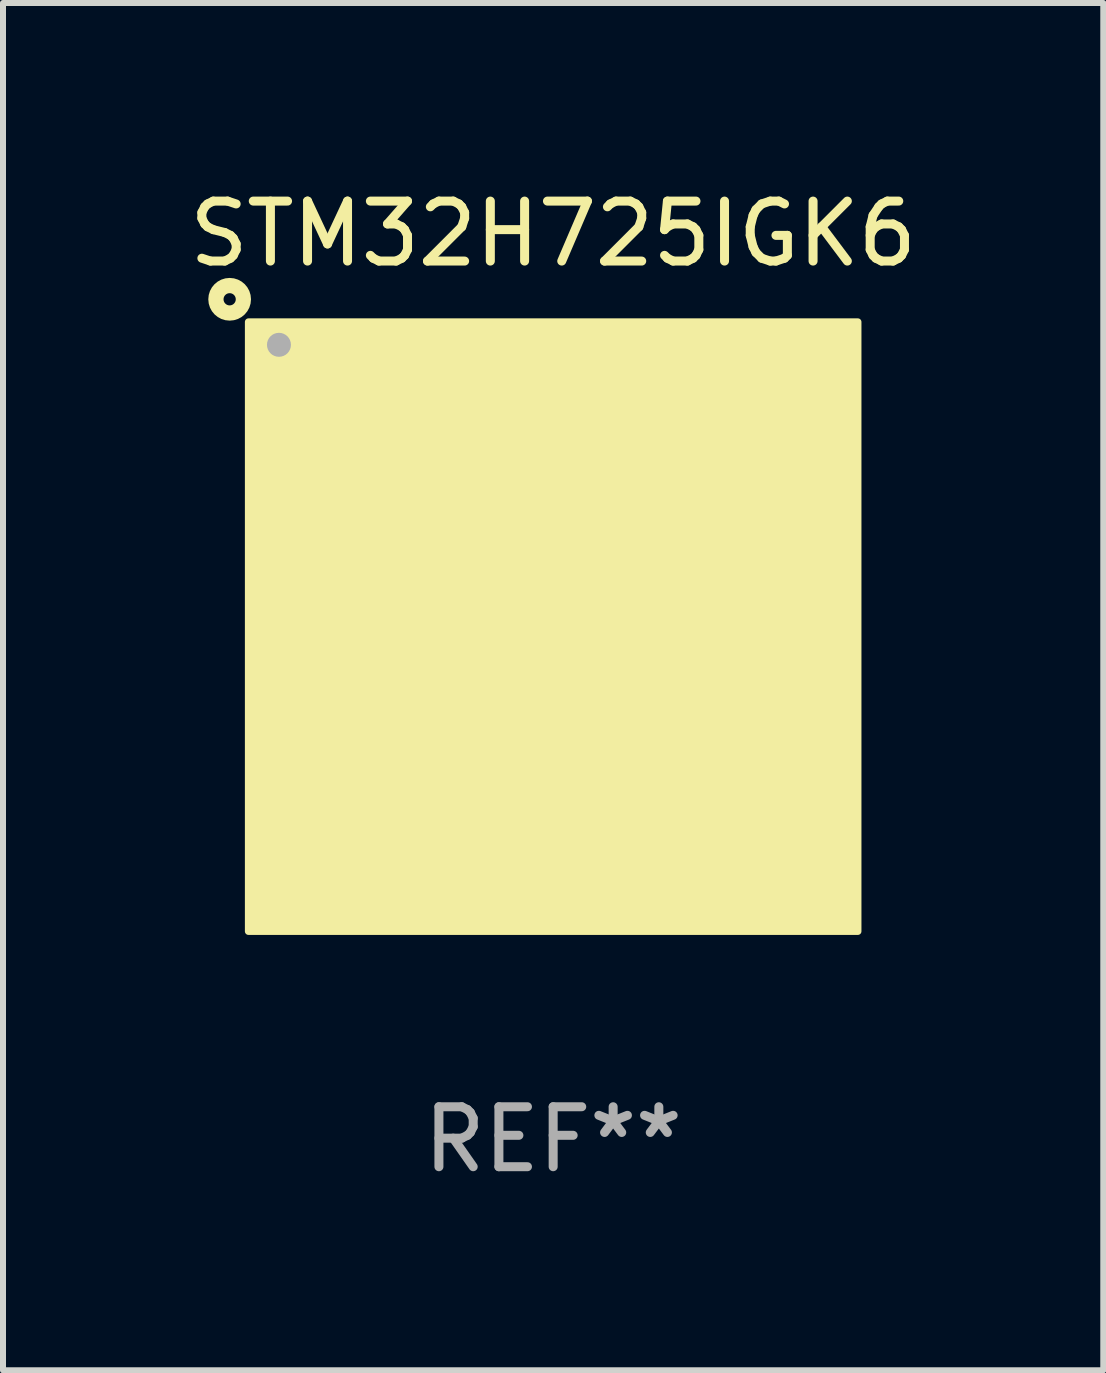
<source format=kicad_pcb>
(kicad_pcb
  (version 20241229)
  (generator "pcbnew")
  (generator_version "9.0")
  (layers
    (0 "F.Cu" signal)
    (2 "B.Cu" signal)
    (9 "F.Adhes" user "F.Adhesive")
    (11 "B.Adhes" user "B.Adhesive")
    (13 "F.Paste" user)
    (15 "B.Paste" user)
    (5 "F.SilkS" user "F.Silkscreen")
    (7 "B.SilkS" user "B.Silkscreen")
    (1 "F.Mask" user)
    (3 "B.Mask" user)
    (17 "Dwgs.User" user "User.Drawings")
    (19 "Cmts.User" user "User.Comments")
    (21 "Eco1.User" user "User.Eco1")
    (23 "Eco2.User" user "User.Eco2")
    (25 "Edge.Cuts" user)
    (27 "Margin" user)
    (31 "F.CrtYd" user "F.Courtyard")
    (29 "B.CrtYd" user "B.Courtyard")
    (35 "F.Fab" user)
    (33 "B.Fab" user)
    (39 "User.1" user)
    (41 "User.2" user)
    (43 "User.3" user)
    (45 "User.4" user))
  (footprint "STM32H725IGK6"
    (layer "F.Cu")
    (at 6.173 7.398)
    (property "Reference" "STM32H725IGK6" (at 0 -6.55 0) (layer "F.SilkS") (effects (font (size 1 1) (thickness 0.15))))
    (attr through_hole)
    (fp_circle (center -5.394 -5.458) (end -5.292 -5.458) (stroke (width 0.254) (type solid)) (fill no) (layer "F.SilkS"))
    (fp_circle (center -5 -5) (end -4.97 -5) (stroke (width 0.06) (type solid)) (fill no) (layer "F.SilkS"))
    (fp_poly (pts (xy -5.08 -5.08) (xy 5.08 -5.08) (xy 5.08 5.08) (xy -5.08 5.08)) (stroke (width 0.12) (type solid)) (fill yes) (layer "F.SilkS"))
    (fp_circle (center -4.572 -4.699) (end -4.472 -4.699) (stroke (width 0.2) (type solid)) (fill no) (layer "F.Fab"))
    (fp_text user "REF**" (at 0 8.55 0) (layer "F.Fab") (effects (font (size 1 1) (thickness 0.15))))
    (pad "A1" smd circle (at -4.55 -4.55) (size 0.3 0.3) (layers "F.Cu" "F.Mask" "F.Paste"))
    (pad "A2" smd circle (at -3.9 -4.55) (size 0.3 0.3) (layers "F.Cu" "F.Mask" "F.Paste"))
    (pad "A3" smd circle (at -3.25 -4.55) (size 0.3 0.3) (layers "F.Cu" "F.Mask" "F.Paste"))
    (pad "A4" smd circle (at -2.6 -4.55) (size 0.3 0.3) (layers "F.Cu" "F.Mask" "F.Paste"))
    (pad "A5" smd circle (at -1.95 -4.55) (size 0.3 0.3) (layers "F.Cu" "F.Mask" "F.Paste"))
    (pad "A6" smd circle (at -1.3 -4.55) (size 0.3 0.3) (layers "F.Cu" "F.Mask" "F.Paste"))
    (pad "A7" smd circle (at -0.65 -4.55) (size 0.3 0.3) (layers "F.Cu" "F.Mask" "F.Paste"))
    (pad "A8" smd circle (at -0.000127 -4.55) (size 0.3 0.3) (layers "F.Cu" "F.Mask" "F.Paste"))
    (pad "A9" smd circle (at 0.65 -4.55) (size 0.3 0.3) (layers "F.Cu" "F.Mask" "F.Paste"))
    (pad "A10" smd circle (at 1.3 -4.55) (size 0.3 0.3) (layers "F.Cu" "F.Mask" "F.Paste"))
    (pad "A11" smd circle (at 1.95 -4.55) (size 0.3 0.3) (layers "F.Cu" "F.Mask" "F.Paste"))
    (pad "A12" smd circle (at 2.6 -4.55) (size 0.3 0.3) (layers "F.Cu" "F.Mask" "F.Paste"))
    (pad "A13" smd circle (at 3.25 -4.55) (size 0.3 0.3) (layers "F.Cu" "F.Mask" "F.Paste"))
    (pad "A14" smd circle (at 3.9 -4.55) (size 0.3 0.3) (layers "F.Cu" "F.Mask" "F.Paste"))
    (pad "A15" smd circle (at 4.55 -4.55) (size 0.3 0.3) (layers "F.Cu" "F.Mask" "F.Paste"))
    (pad "B1" smd circle (at -4.55 -3.9) (size 0.3 0.3) (layers "F.Cu" "F.Mask" "F.Paste"))
    (pad "B2" smd circle (at -3.9 -3.9) (size 0.3 0.3) (layers "F.Cu" "F.Mask" "F.Paste"))
    (pad "B3" smd circle (at -3.25 -3.9) (size 0.3 0.3) (layers "F.Cu" "F.Mask" "F.Paste"))
    (pad "B4" smd circle (at -2.6 -3.9) (size 0.3 0.3) (layers "F.Cu" "F.Mask" "F.Paste"))
    (pad "B5" smd circle (at -1.95 -3.9) (size 0.3 0.3) (layers "F.Cu" "F.Mask" "F.Paste"))
    (pad "B6" smd circle (at -1.3 -3.9) (size 0.3 0.3) (layers "F.Cu" "F.Mask" "F.Paste"))
    (pad "B7" smd circle (at -0.65 -3.9) (size 0.3 0.3) (layers "F.Cu" "F.Mask" "F.Paste"))
    (pad "B8" smd circle (at 0.000127 -3.9) (size 0.3 0.3) (layers "F.Cu" "F.Mask" "F.Paste"))
    (pad "B9" smd circle (at 0.65 -3.9) (size 0.3 0.3) (layers "F.Cu" "F.Mask" "F.Paste"))
    (pad "B10" smd circle (at 1.3 -3.9) (size 0.3 0.3) (layers "F.Cu" "F.Mask" "F.Paste"))
    (pad "B11" smd circle (at 1.95 -3.9) (size 0.3 0.3) (layers "F.Cu" "F.Mask" "F.Paste"))
    (pad "B12" smd circle (at 2.6 -3.9) (size 0.3 0.3) (layers "F.Cu" "F.Mask" "F.Paste"))
    (pad "B13" smd circle (at 3.25 -3.9) (size 0.3 0.3) (layers "F.Cu" "F.Mask" "F.Paste"))
    (pad "B14" smd circle (at 3.9 -3.9) (size 0.3 0.3) (layers "F.Cu" "F.Mask" "F.Paste"))
    (pad "B15" smd circle (at 4.55 -3.9) (size 0.3 0.3) (layers "F.Cu" "F.Mask" "F.Paste"))
    (pad "C1" smd circle (at -4.55 -3.25) (size 0.3 0.3) (layers "F.Cu" "F.Mask" "F.Paste"))
    (pad "C2" smd circle (at -3.9 -3.25) (size 0.3 0.3) (layers "F.Cu" "F.Mask" "F.Paste"))
    (pad "C3" smd circle (at -3.25 -3.25) (size 0.3 0.3) (layers "F.Cu" "F.Mask" "F.Paste"))
    (pad "C4" smd circle (at -2.6 -3.25) (size 0.3 0.3) (layers "F.Cu" "F.Mask" "F.Paste"))
    (pad "C5" smd circle (at -1.95 -3.25) (size 0.3 0.3) (layers "F.Cu" "F.Mask" "F.Paste"))
    (pad "C6" smd circle (at -1.3 -3.25) (size 0.3 0.3) (layers "F.Cu" "F.Mask" "F.Paste"))
    (pad "C7" smd circle (at -0.65 -3.25) (size 0.3 0.3) (layers "F.Cu" "F.Mask" "F.Paste"))
    (pad "C8" smd circle (at 0.000127 -3.25) (size 0.3 0.3) (layers "F.Cu" "F.Mask" "F.Paste"))
    (pad "C9" smd circle (at 0.65 -3.25) (size 0.3 0.3) (layers "F.Cu" "F.Mask" "F.Paste"))
    (pad "C10" smd circle (at 1.3 -3.25) (size 0.3 0.3) (layers "F.Cu" "F.Mask" "F.Paste"))
    (pad "C11" smd circle (at 1.95 -3.25) (size 0.3 0.3) (layers "F.Cu" "F.Mask" "F.Paste"))
    (pad "C12" smd circle (at 2.6 -3.25) (size 0.3 0.3) (layers "F.Cu" "F.Mask" "F.Paste"))
    (pad "C13" smd circle (at 3.25 -3.25) (size 0.3 0.3) (layers "F.Cu" "F.Mask" "F.Paste"))
    (pad "C14" smd circle (at 3.9 -3.25) (size 0.3 0.3) (layers "F.Cu" "F.Mask" "F.Paste"))
    (pad "C15" smd circle (at 4.55 -3.25) (size 0.3 0.3) (layers "F.Cu" "F.Mask" "F.Paste"))
    (pad "D1" smd circle (at -4.55 -2.6) (size 0.3 0.3) (layers "F.Cu" "F.Mask" "F.Paste"))
    (pad "D2" smd circle (at -3.9 -2.6) (size 0.3 0.3) (layers "F.Cu" "F.Mask" "F.Paste"))
    (pad "D3" smd circle (at -3.25 -2.6) (size 0.3 0.3) (layers "F.Cu" "F.Mask" "F.Paste"))
    (pad "D4" smd circle (at -2.6 -2.6) (size 0.3 0.3) (layers "F.Cu" "F.Mask" "F.Paste"))
    (pad "D5" smd circle (at -1.95 -2.6) (size 0.3 0.3) (layers "F.Cu" "F.Mask" "F.Paste"))
    (pad "D6" smd circle (at -1.3 -2.6) (size 0.3 0.3) (layers "F.Cu" "F.Mask" "F.Paste"))
    (pad "D7" smd circle (at -0.65 -2.6) (size 0.3 0.3) (layers "F.Cu" "F.Mask" "F.Paste"))
    (pad "D8" smd circle (at -0.000127 -2.6) (size 0.3 0.3) (layers "F.Cu" "F.Mask" "F.Paste"))
    (pad "D9" smd circle (at 0.65 -2.6) (size 0.3 0.3) (layers "F.Cu" "F.Mask" "F.Paste"))
    (pad "D10" smd circle (at 1.3 -2.6) (size 0.3 0.3) (layers "F.Cu" "F.Mask" "F.Paste"))
    (pad "D11" smd circle (at 1.95 -2.6) (size 0.3 0.3) (layers "F.Cu" "F.Mask" "F.Paste"))
    (pad "D12" smd circle (at 2.6 -2.6) (size 0.3 0.3) (layers "F.Cu" "F.Mask" "F.Paste"))
    (pad "D13" smd circle (at 3.25 -2.6) (size 0.3 0.3) (layers "F.Cu" "F.Mask" "F.Paste"))
    (pad "D14" smd circle (at 3.9 -2.6) (size 0.3 0.3) (layers "F.Cu" "F.Mask" "F.Paste"))
    (pad "D15" smd circle (at 4.55 -2.6) (size 0.3 0.3) (layers "F.Cu" "F.Mask" "F.Paste"))
    (pad "E1" smd circle (at -4.55 -1.95) (size 0.3 0.3) (layers "F.Cu" "F.Mask" "F.Paste"))
    (pad "E2" smd circle (at -3.9 -1.95) (size 0.3 0.3) (layers "F.Cu" "F.Mask" "F.Paste"))
    (pad "E3" smd circle (at -3.25 -1.95) (size 0.3 0.3) (layers "F.Cu" "F.Mask" "F.Paste"))
    (pad "E4" smd circle (at -2.6 -1.95) (size 0.3 0.3) (layers "F.Cu" "F.Mask" "F.Paste"))
    (pad "E12" smd circle (at 2.6 -1.95) (size 0.3 0.3) (layers "F.Cu" "F.Mask" "F.Paste"))
    (pad "E13" smd circle (at 3.25 -1.95) (size 0.3 0.3) (layers "F.Cu" "F.Mask" "F.Paste"))
    (pad "E14" smd circle (at 3.9 -1.95) (size 0.3 0.3) (layers "F.Cu" "F.Mask" "F.Paste"))
    (pad "E15" smd circle (at 4.55 -1.95) (size 0.3 0.3) (layers "F.Cu" "F.Mask" "F.Paste"))
    (pad "F1" smd circle (at -4.55 -1.3) (size 0.3 0.3) (layers "F.Cu" "F.Mask" "F.Paste"))
    (pad "F2" smd circle (at -3.9 -1.3) (size 0.3 0.3) (layers "F.Cu" "F.Mask" "F.Paste"))
    (pad "F3" smd circle (at -3.25 -1.3) (size 0.3 0.3) (layers "F.Cu" "F.Mask" "F.Paste"))
    (pad "F4" smd circle (at -2.6 -1.3) (size 0.3 0.3) (layers "F.Cu" "F.Mask" "F.Paste"))
    (pad "F6" smd circle (at -1.3 -1.3) (size 0.3 0.3) (layers "F.Cu" "F.Mask" "F.Paste"))
    (pad "F7" smd circle (at -0.65 -1.3) (size 0.3 0.3) (layers "F.Cu" "F.Mask" "F.Paste"))
    (pad "F8" smd circle (at 0.000127 -1.3) (size 0.3 0.3) (layers "F.Cu" "F.Mask" "F.Paste"))
    (pad "F9" smd circle (at 0.65 -1.3) (size 0.3 0.3) (layers "F.Cu" "F.Mask" "F.Paste"))
    (pad "F10" smd circle (at 1.3 -1.3) (size 0.3 0.3) (layers "F.Cu" "F.Mask" "F.Paste"))
    (pad "F12" smd circle (at 2.6 -1.3) (size 0.3 0.3) (layers "F.Cu" "F.Mask" "F.Paste"))
    (pad "F13" smd circle (at 3.25 -1.3) (size 0.3 0.3) (layers "F.Cu" "F.Mask" "F.Paste"))
    (pad "F14" smd circle (at 3.9 -1.3) (size 0.3 0.3) (layers "F.Cu" "F.Mask" "F.Paste"))
    (pad "F15" smd circle (at 4.55 -1.3) (size 0.3 0.3) (layers "F.Cu" "F.Mask" "F.Paste"))
    (pad "G1" smd circle (at -4.55 -0.65) (size 0.3 0.3) (layers "F.Cu" "F.Mask" "F.Paste"))
    (pad "G2" smd circle (at -3.9 -0.65) (size 0.3 0.3) (layers "F.Cu" "F.Mask" "F.Paste"))
    (pad "G3" smd circle (at -3.25 -0.65) (size 0.3 0.3) (layers "F.Cu" "F.Mask" "F.Paste"))
    (pad "G4" smd circle (at -2.6 -0.65) (size 0.3 0.3) (layers "F.Cu" "F.Mask" "F.Paste"))
    (pad "G6" smd circle (at -1.3 -0.65) (size 0.3 0.3) (layers "F.Cu" "F.Mask" "F.Paste"))
    (pad "G7" smd circle (at -0.65 -0.65) (size 0.3 0.3) (layers "F.Cu" "F.Mask" "F.Paste"))
    (pad "G8" smd circle (at -0.000127 -0.65) (size 0.3 0.3) (layers "F.Cu" "F.Mask" "F.Paste"))
    (pad "G9" smd circle (at 0.65 -0.65) (size 0.3 0.3) (layers "F.Cu" "F.Mask" "F.Paste"))
    (pad "G10" smd circle (at 1.3 -0.65) (size 0.3 0.3) (layers "F.Cu" "F.Mask" "F.Paste"))
    (pad "G12" smd circle (at 2.6 -0.65) (size 0.3 0.3) (layers "F.Cu" "F.Mask" "F.Paste"))
    (pad "G13" smd circle (at 3.25 -0.65) (size 0.3 0.3) (layers "F.Cu" "F.Mask" "F.Paste"))
    (pad "G14" smd circle (at 3.9 -0.65) (size 0.3 0.3) (layers "F.Cu" "F.Mask" "F.Paste"))
    (pad "G15" smd circle (at 4.55 -0.65) (size 0.3 0.3) (layers "F.Cu" "F.Mask" "F.Paste"))
    (pad "H1" smd circle (at -4.55 -0.000127) (size 0.3 0.3) (layers "F.Cu" "F.Mask" "F.Paste"))
    (pad "H2" smd circle (at -3.9 -0.000127) (size 0.3 0.3) (layers "F.Cu" "F.Mask" "F.Paste"))
    (pad "H3" smd circle (at -3.25 -0.000127) (size 0.3 0.3) (layers "F.Cu" "F.Mask" "F.Paste"))
    (pad "H4" smd circle (at -2.6 -0.000127) (size 0.3 0.3) (layers "F.Cu" "F.Mask" "F.Paste"))
    (pad "H6" smd circle (at -1.3 -0.000127) (size 0.3 0.3) (layers "F.Cu" "F.Mask" "F.Paste"))
    (pad "H7" smd circle (at -0.65 -0.000127) (size 0.3 0.3) (layers "F.Cu" "F.Mask" "F.Paste"))
    (pad "H8" smd circle (at -0.000127 -0.000127) (size 0.3 0.3) (layers "F.Cu" "F.Mask" "F.Paste"))
    (pad "H9" smd circle (at 0.65 -0.000127) (size 0.3 0.3) (layers "F.Cu" "F.Mask" "F.Paste"))
    (pad "H10" smd circle (at 1.3 -0.000127) (size 0.3 0.3) (layers "F.Cu" "F.Mask" "F.Paste"))
    (pad "H12" smd circle (at 2.6 -0.000127) (size 0.3 0.3) (layers "F.Cu" "F.Mask" "F.Paste"))
    (pad "H13" smd circle (at 3.25 -0.000127) (size 0.3 0.3) (layers "F.Cu" "F.Mask" "F.Paste"))
    (pad "H14" smd circle (at 3.9 -0.000127) (size 0.3 0.3) (layers "F.Cu" "F.Mask" "F.Paste"))
    (pad "H15" smd circle (at 4.55 -0.000127) (size 0.3 0.3) (layers "F.Cu" "F.Mask" "F.Paste"))
    (pad "J1" smd circle (at -4.55 0.65) (size 0.3 0.3) (layers "F.Cu" "F.Mask" "F.Paste"))
    (pad "J2" smd circle (at -3.9 0.65) (size 0.3 0.3) (layers "F.Cu" "F.Mask" "F.Paste"))
    (pad "J3" smd circle (at -3.25 0.65) (size 0.3 0.3) (layers "F.Cu" "F.Mask" "F.Paste"))
    (pad "J4" smd circle (at -2.6 0.65) (size 0.3 0.3) (layers "F.Cu" "F.Mask" "F.Paste"))
    (pad "J6" smd circle (at -1.3 0.65) (size 0.3 0.3) (layers "F.Cu" "F.Mask" "F.Paste"))
    (pad "J7" smd circle (at -0.65 0.65) (size 0.3 0.3) (layers "F.Cu" "F.Mask" "F.Paste"))
    (pad "J8" smd circle (at -0.000127 0.65) (size 0.3 0.3) (layers "F.Cu" "F.Mask" "F.Paste"))
    (pad "J9" smd circle (at 0.65 0.65) (size 0.3 0.3) (layers "F.Cu" "F.Mask" "F.Paste"))
    (pad "J10" smd circle (at 1.3 0.65) (size 0.3 0.3) (layers "F.Cu" "F.Mask" "F.Paste"))
    (pad "J12" smd circle (at 2.6 0.65) (size 0.3 0.3) (layers "F.Cu" "F.Mask" "F.Paste"))
    (pad "J13" smd circle (at 3.25 0.65) (size 0.3 0.3) (layers "F.Cu" "F.Mask" "F.Paste"))
    (pad "J14" smd circle (at 3.9 0.65) (size 0.3 0.3) (layers "F.Cu" "F.Mask" "F.Paste"))
    (pad "J15" smd circle (at 4.55 0.65) (size 0.3 0.3) (layers "F.Cu" "F.Mask" "F.Paste"))
    (pad "K1" smd circle (at -4.55 1.3) (size 0.3 0.3) (layers "F.Cu" "F.Mask" "F.Paste"))
    (pad "K2" smd circle (at -3.9 1.3) (size 0.3 0.3) (layers "F.Cu" "F.Mask" "F.Paste"))
    (pad "K3" smd circle (at -3.25 1.3) (size 0.3 0.3) (layers "F.Cu" "F.Mask" "F.Paste"))
    (pad "K4" smd circle (at -2.6 1.3) (size 0.3 0.3) (layers "F.Cu" "F.Mask" "F.Paste"))
    (pad "K6" smd circle (at -1.3 1.3) (size 0.3 0.3) (layers "F.Cu" "F.Mask" "F.Paste"))
    (pad "K7" smd circle (at -0.65 1.3) (size 0.3 0.3) (layers "F.Cu" "F.Mask" "F.Paste"))
    (pad "K8" smd circle (at 0.000127 1.3) (size 0.3 0.3) (layers "F.Cu" "F.Mask" "F.Paste"))
    (pad "K9" smd circle (at 0.65 1.3) (size 0.3 0.3) (layers "F.Cu" "F.Mask" "F.Paste"))
    (pad "K10" smd circle (at 1.3 1.3) (size 0.3 0.3) (layers "F.Cu" "F.Mask" "F.Paste"))
    (pad "K12" smd circle (at 2.6 1.3) (size 0.3 0.3) (layers "F.Cu" "F.Mask" "F.Paste"))
    (pad "K13" smd circle (at 3.25 1.3) (size 0.3 0.3) (layers "F.Cu" "F.Mask" "F.Paste"))
    (pad "K14" smd circle (at 3.9 1.3) (size 0.3 0.3) (layers "F.Cu" "F.Mask" "F.Paste"))
    (pad "K15" smd circle (at 4.55 1.3) (size 0.3 0.3) (layers "F.Cu" "F.Mask" "F.Paste"))
    (pad "L1" smd circle (at -4.55 1.95) (size 0.3 0.3) (layers "F.Cu" "F.Mask" "F.Paste"))
    (pad "L2" smd circle (at -3.9 1.95) (size 0.3 0.3) (layers "F.Cu" "F.Mask" "F.Paste"))
    (pad "L3" smd circle (at -3.25 1.95) (size 0.3 0.3) (layers "F.Cu" "F.Mask" "F.Paste"))
    (pad "L4" smd circle (at -2.6 1.95) (size 0.3 0.3) (layers "F.Cu" "F.Mask" "F.Paste"))
    (pad "L12" smd circle (at 2.6 1.95) (size 0.3 0.3) (layers "F.Cu" "F.Mask" "F.Paste"))
    (pad "L13" smd circle (at 3.25 1.95) (size 0.3 0.3) (layers "F.Cu" "F.Mask" "F.Paste"))
    (pad "L14" smd circle (at 3.9 1.95) (size 0.3 0.3) (layers "F.Cu" "F.Mask" "F.Paste"))
    (pad "L15" smd circle (at 4.55 1.95) (size 0.3 0.3) (layers "F.Cu" "F.Mask" "F.Paste"))
    (pad "M1" smd circle (at -4.55 2.6) (size 0.3 0.3) (layers "F.Cu" "F.Mask" "F.Paste"))
    (pad "M2" smd circle (at -3.9 2.6) (size 0.3 0.3) (layers "F.Cu" "F.Mask" "F.Paste"))
    (pad "M3" smd circle (at -3.25 2.6) (size 0.3 0.3) (layers "F.Cu" "F.Mask" "F.Paste"))
    (pad "M4" smd circle (at -2.6 2.6) (size 0.3 0.3) (layers "F.Cu" "F.Mask" "F.Paste"))
    (pad "M5" smd circle (at -1.95 2.6) (size 0.3 0.3) (layers "F.Cu" "F.Mask" "F.Paste"))
    (pad "M6" smd circle (at -1.3 2.6) (size 0.3 0.3) (layers "F.Cu" "F.Mask" "F.Paste"))
    (pad "M7" smd circle (at -0.65 2.6) (size 0.3 0.3) (layers "F.Cu" "F.Mask" "F.Paste"))
    (pad "M8" smd circle (at -0.000127 2.6) (size 0.3 0.3) (layers "F.Cu" "F.Mask" "F.Paste"))
    (pad "M9" smd circle (at 0.65 2.6) (size 0.3 0.3) (layers "F.Cu" "F.Mask" "F.Paste"))
    (pad "M10" smd circle (at 1.3 2.6) (size 0.3 0.3) (layers "F.Cu" "F.Mask" "F.Paste"))
    (pad "M11" smd circle (at 1.95 2.6) (size 0.3 0.3) (layers "F.Cu" "F.Mask" "F.Paste"))
    (pad "M12" smd circle (at 2.6 2.6) (size 0.3 0.3) (layers "F.Cu" "F.Mask" "F.Paste"))
    (pad "M13" smd circle (at 3.25 2.6) (size 0.3 0.3) (layers "F.Cu" "F.Mask" "F.Paste"))
    (pad "M14" smd circle (at 3.9 2.6) (size 0.3 0.3) (layers "F.Cu" "F.Mask" "F.Paste"))
    (pad "M15" smd circle (at 4.55 2.6) (size 0.3 0.3) (layers "F.Cu" "F.Mask" "F.Paste"))
    (pad "N1" smd circle (at -4.55 3.25) (size 0.3 0.3) (layers "F.Cu" "F.Mask" "F.Paste"))
    (pad "N2" smd circle (at -3.9 3.25) (size 0.3 0.3) (layers "F.Cu" "F.Mask" "F.Paste"))
    (pad "N3" smd circle (at -3.25 3.25) (size 0.3 0.3) (layers "F.Cu" "F.Mask" "F.Paste"))
    (pad "N4" smd circle (at -2.6 3.25) (size 0.3 0.3) (layers "F.Cu" "F.Mask" "F.Paste"))
    (pad "N5" smd circle (at -1.95 3.25) (size 0.3 0.3) (layers "F.Cu" "F.Mask" "F.Paste"))
    (pad "N6" smd circle (at -1.3 3.25) (size 0.3 0.3) (layers "F.Cu" "F.Mask" "F.Paste"))
    (pad "N7" smd circle (at -0.65 3.25) (size 0.3 0.3) (layers "F.Cu" "F.Mask" "F.Paste"))
    (pad "N8" smd circle (at -0.000127 3.25) (size 0.3 0.3) (layers "F.Cu" "F.Mask" "F.Paste"))
    (pad "N9" smd circle (at 0.65 3.25) (size 0.3 0.3) (layers "F.Cu" "F.Mask" "F.Paste"))
    (pad "N10" smd circle (at 1.3 3.25) (size 0.3 0.3) (layers "F.Cu" "F.Mask" "F.Paste"))
    (pad "N11" smd circle (at 1.95 3.25) (size 0.3 0.3) (layers "F.Cu" "F.Mask" "F.Paste"))
    (pad "N12" smd circle (at 2.6 3.25) (size 0.3 0.3) (layers "F.Cu" "F.Mask" "F.Paste"))
    (pad "N13" smd circle (at 3.25 3.25) (size 0.3 0.3) (layers "F.Cu" "F.Mask" "F.Paste"))
    (pad "N14" smd circle (at 3.9 3.25) (size 0.3 0.3) (layers "F.Cu" "F.Mask" "F.Paste"))
    (pad "N15" smd circle (at 4.55 3.25) (size 0.3 0.3) (layers "F.Cu" "F.Mask" "F.Paste"))
    (pad "P1" smd circle (at -4.55 3.9) (size 0.3 0.3) (layers "F.Cu" "F.Mask" "F.Paste"))
    (pad "P2" smd circle (at -3.9 3.9) (size 0.3 0.3) (layers "F.Cu" "F.Mask" "F.Paste"))
    (pad "P3" smd circle (at -3.25 3.9) (size 0.3 0.3) (layers "F.Cu" "F.Mask" "F.Paste"))
    (pad "P4" smd circle (at -2.6 3.9) (size 0.3 0.3) (layers "F.Cu" "F.Mask" "F.Paste"))
    (pad "P5" smd circle (at -1.95 3.9) (size 0.3 0.3) (layers "F.Cu" "F.Mask" "F.Paste"))
    (pad "P6" smd circle (at -1.3 3.9) (size 0.3 0.3) (layers "F.Cu" "F.Mask" "F.Paste"))
    (pad "P7" smd circle (at -0.65 3.9) (size 0.3 0.3) (layers "F.Cu" "F.Mask" "F.Paste"))
    (pad "P8" smd circle (at 0.000127 3.9) (size 0.3 0.3) (layers "F.Cu" "F.Mask" "F.Paste"))
    (pad "P9" smd circle (at 0.65 3.9) (size 0.3 0.3) (layers "F.Cu" "F.Mask" "F.Paste"))
    (pad "P10" smd circle (at 1.3 3.9) (size 0.3 0.3) (layers "F.Cu" "F.Mask" "F.Paste"))
    (pad "P11" smd circle (at 1.95 3.9) (size 0.3 0.3) (layers "F.Cu" "F.Mask" "F.Paste"))
    (pad "P12" smd circle (at 2.6 3.9) (size 0.3 0.3) (layers "F.Cu" "F.Mask" "F.Paste"))
    (pad "P13" smd circle (at 3.25 3.9) (size 0.3 0.3) (layers "F.Cu" "F.Mask" "F.Paste"))
    (pad "P14" smd circle (at 3.9 3.9) (size 0.3 0.3) (layers "F.Cu" "F.Mask" "F.Paste"))
    (pad "P15" smd circle (at 4.55 3.9) (size 0.3 0.3) (layers "F.Cu" "F.Mask" "F.Paste"))
    (pad "R1" smd circle (at -4.55 4.55) (size 0.3 0.3) (layers "F.Cu" "F.Mask" "F.Paste"))
    (pad "R2" smd circle (at -3.9 4.55) (size 0.3 0.3) (layers "F.Cu" "F.Mask" "F.Paste"))
    (pad "R3" smd circle (at -3.25 4.55) (size 0.3 0.3) (layers "F.Cu" "F.Mask" "F.Paste"))
    (pad "R4" smd circle (at -2.6 4.55) (size 0.3 0.3) (layers "F.Cu" "F.Mask" "F.Paste"))
    (pad "R5" smd circle (at -1.95 4.55) (size 0.3 0.3) (layers "F.Cu" "F.Mask" "F.Paste"))
    (pad "R6" smd circle (at -1.3 4.55) (size 0.3 0.3) (layers "F.Cu" "F.Mask" "F.Paste"))
    (pad "R7" smd circle (at -0.65 4.55) (size 0.3 0.3) (layers "F.Cu" "F.Mask" "F.Paste"))
    (pad "R8" smd circle (at -0.000127 4.55) (size 0.3 0.3) (layers "F.Cu" "F.Mask" "F.Paste"))
    (pad "R9" smd circle (at 0.65 4.55) (size 0.3 0.3) (layers "F.Cu" "F.Mask" "F.Paste"))
    (pad "R10" smd circle (at 1.3 4.55) (size 0.3 0.3) (layers "F.Cu" "F.Mask" "F.Paste"))
    (pad "R11" smd circle (at 1.95 4.55) (size 0.3 0.3) (layers "F.Cu" "F.Mask" "F.Paste"))
    (pad "R12" smd circle (at 2.6 4.55) (size 0.3 0.3) (layers "F.Cu" "F.Mask" "F.Paste"))
    (pad "R13" smd circle (at 3.25 4.55) (size 0.3 0.3) (layers "F.Cu" "F.Mask" "F.Paste"))
    (pad "R14" smd circle (at 3.9 4.55) (size 0.3 0.3) (layers "F.Cu" "F.Mask" "F.Paste"))
    (pad "R15" smd circle (at 4.55 4.55) (size 0.3 0.3) (layers "F.Cu" "F.Mask" "F.Paste")))
  (gr_rect
    (start -3 -3)
    (end 15.345 19.797)
    (stroke (width 0.1) (type default))
    (fill no)
    (layer "Edge.Cuts")))
</source>
